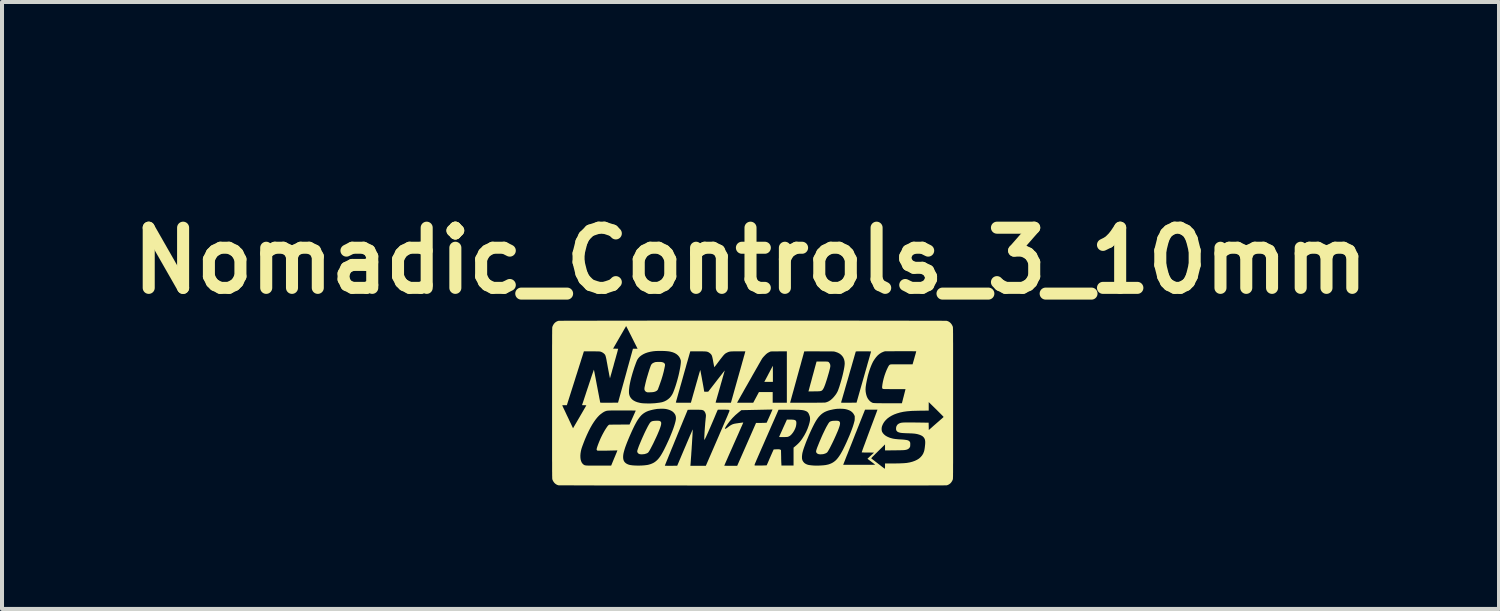
<source format=kicad_pcb>
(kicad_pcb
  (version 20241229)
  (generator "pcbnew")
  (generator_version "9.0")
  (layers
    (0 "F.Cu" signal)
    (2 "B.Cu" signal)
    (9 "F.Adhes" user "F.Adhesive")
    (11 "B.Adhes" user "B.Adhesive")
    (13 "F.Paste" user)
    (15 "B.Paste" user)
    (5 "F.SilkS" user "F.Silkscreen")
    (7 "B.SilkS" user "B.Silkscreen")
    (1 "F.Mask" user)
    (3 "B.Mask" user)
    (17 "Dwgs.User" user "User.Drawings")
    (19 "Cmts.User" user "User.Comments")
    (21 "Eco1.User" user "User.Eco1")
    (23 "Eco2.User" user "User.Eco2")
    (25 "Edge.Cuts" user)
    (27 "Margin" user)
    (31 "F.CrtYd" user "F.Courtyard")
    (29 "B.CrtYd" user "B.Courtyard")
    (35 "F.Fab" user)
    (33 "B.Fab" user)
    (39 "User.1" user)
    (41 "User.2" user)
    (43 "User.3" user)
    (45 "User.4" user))
  (footprint "Nomadic_Controls_3_10mm"
    (layer "F.Cu")
    (at 15.707 6.997)
    (property "Reference" "Nomadic_Controls_3_10mm" (at -0.05 -3.55 0) (layer "F.SilkS") (effects (font (size 1.5 1.5) (thickness 0.3))))
    (attr board_only exclude_from_pos_files exclude_from_bom)
    (fp_poly (pts (xy 0.506 -0.925) (xy 0.507 -0.914) (xy 0.507 -0.897) (xy 0.507 -0.873) (xy 0.507 -0.844) (xy 0.507 -0.811) (xy 0.508 -0.775) (xy 0.508 -0.736) (xy 0.508 -0.729) (xy 0.508 -0.528) (xy 0.401 -0.528) (xy 0.294 -0.528) (xy 0.314 -0.566) (xy 0.321 -0.578) (xy 0.33 -0.596) (xy 0.343 -0.619) (xy 0.357 -0.647) (xy 0.374 -0.678) (xy 0.391 -0.711) (xy 0.409 -0.746) (xy 0.42 -0.765) (xy 0.437 -0.799) (xy 0.454 -0.83) (xy 0.469 -0.859) (xy 0.482 -0.883) (xy 0.492 -0.903) (xy 0.5 -0.918) (xy 0.505 -0.927) (xy 0.506 -0.929)) (stroke (width 0) (type solid)) (fill yes) (layer "F.SilkS"))
    (fp_poly (pts (xy 0.931 0.412) (xy 0.972 0.412) (xy 1.006 0.414) (xy 1.033 0.417) (xy 1.054 0.423) (xy 1.069 0.431) (xy 1.08 0.441) (xy 1.088 0.455) (xy 1.091 0.472) (xy 1.093 0.493) (xy 1.093 0.499) (xy 1.089 0.545) (xy 1.079 0.593) (xy 1.061 0.641) (xy 1.038 0.688) (xy 1.01 0.733) (xy 0.977 0.775) (xy 0.962 0.79) (xy 0.936 0.814) (xy 0.909 0.83) (xy 0.88 0.841) (xy 0.873 0.843) (xy 0.863 0.844) (xy 0.848 0.845) (xy 0.828 0.846) (xy 0.805 0.847) (xy 0.78 0.847) (xy 0.754 0.847) (xy 0.73 0.847) (xy 0.707 0.847) (xy 0.688 0.847) (xy 0.673 0.846) (xy 0.665 0.845) (xy 0.663 0.844) (xy 0.665 0.84) (xy 0.67 0.829) (xy 0.677 0.812) (xy 0.687 0.789) (xy 0.699 0.762) (xy 0.713 0.731) (xy 0.729 0.696) (xy 0.746 0.658) (xy 0.76 0.626) (xy 0.858 0.411)) (stroke (width 0) (type solid)) (fill yes) (layer "F.SilkS"))
    (fp_poly (pts (xy 1.775 -1.036) (xy 1.807 -1.035) (xy 1.832 -1.035) (xy 1.852 -1.034) (xy 1.867 -1.033) (xy 1.879 -1.031) (xy 1.887 -1.029) (xy 1.894 -1.025) (xy 1.9 -1.021) (xy 1.905 -1.016) (xy 1.908 -1.012) (xy 1.925 -0.988) (xy 1.936 -0.96) (xy 1.939 -0.937) (xy 1.94 -0.925) (xy 1.939 -0.913) (xy 1.937 -0.898) (xy 1.933 -0.879) (xy 1.928 -0.855) (xy 1.924 -0.841) (xy 1.912 -0.793) (xy 1.898 -0.742) (xy 1.882 -0.688) (xy 1.866 -0.633) (xy 1.849 -0.578) (xy 1.832 -0.526) (xy 1.816 -0.478) (xy 1.8 -0.435) (xy 1.792 -0.415) (xy 1.779 -0.383) (xy 1.764 -0.356) (xy 1.75 -0.334) (xy 1.736 -0.318) (xy 1.732 -0.315) (xy 1.724 -0.31) (xy 1.715 -0.305) (xy 1.706 -0.302) (xy 1.696 -0.299) (xy 1.682 -0.297) (xy 1.665 -0.295) (xy 1.644 -0.294) (xy 1.617 -0.293) (xy 1.583 -0.292) (xy 1.543 -0.292) (xy 1.538 -0.292) (xy 1.395 -0.29) (xy 1.398 -0.302) (xy 1.4 -0.309) (xy 1.403 -0.323) (xy 1.409 -0.343) (xy 1.416 -0.369) (xy 1.424 -0.4) (xy 1.434 -0.436) (xy 1.444 -0.475) (xy 1.456 -0.517) (xy 1.468 -0.561) (xy 1.48 -0.607) (xy 1.492 -0.653) (xy 1.505 -0.7) (xy 1.518 -0.746) (xy 1.53 -0.791) (xy 1.541 -0.833) (xy 1.552 -0.874) (xy 1.562 -0.91) (xy 1.571 -0.943) (xy 1.579 -0.971) (xy 1.585 -0.994) (xy 1.59 -1.01) (xy 1.592 -1.02) (xy 1.593 -1.022) (xy 1.597 -1.036) (xy 1.736 -1.036)) (stroke (width 0) (type solid)) (fill yes) (layer "F.SilkS"))
    (fp_poly (pts (xy -2.366 0.44) (xy -2.347 0.441) (xy -2.334 0.442) (xy -2.324 0.443) (xy -2.316 0.446) (xy -2.308 0.449) (xy -2.294 0.458) (xy -2.283 0.47) (xy -2.277 0.485) (xy -2.276 0.504) (xy -2.278 0.529) (xy -2.284 0.558) (xy -2.295 0.594) (xy -2.307 0.629) (xy -2.325 0.677) (xy -2.348 0.732) (xy -2.373 0.791) (xy -2.402 0.855) (xy -2.434 0.922) (xy -2.467 0.992) (xy -2.493 1.044) (xy -2.517 1.09) (xy -2.537 1.129) (xy -2.555 1.162) (xy -2.57 1.188) (xy -2.583 1.208) (xy -2.593 1.223) (xy -2.599 1.23) (xy -2.612 1.241) (xy -2.632 1.252) (xy -2.657 1.261) (xy -2.683 1.269) (xy -2.688 1.271) (xy -2.705 1.273) (xy -2.727 1.275) (xy -2.75 1.277) (xy -2.772 1.277) (xy -2.793 1.276) (xy -2.808 1.274) (xy -2.812 1.273) (xy -2.836 1.263) (xy -2.854 1.249) (xy -2.867 1.231) (xy -2.873 1.211) (xy -2.874 1.205) (xy -2.872 1.191) (xy -2.867 1.17) (xy -2.858 1.144) (xy -2.847 1.112) (xy -2.834 1.076) (xy -2.818 1.036) (xy -2.8 0.993) (xy -2.781 0.948) (xy -2.761 0.901) (xy -2.74 0.853) (xy -2.718 0.805) (xy -2.697 0.758) (xy -2.675 0.712) (xy -2.653 0.667) (xy -2.632 0.626) (xy -2.613 0.588) (xy -2.594 0.554) (xy -2.577 0.525) (xy -2.562 0.501) (xy -2.562 0.5) (xy -2.548 0.483) (xy -2.533 0.469) (xy -2.515 0.458) (xy -2.494 0.45) (xy -2.468 0.445) (xy -2.437 0.442) (xy -2.399 0.44) (xy -2.391 0.44)) (stroke (width 0) (type solid)) (fill yes) (layer "F.SilkS"))
    (fp_poly (pts (xy 2.092 0.44) (xy 2.11 0.441) (xy 2.124 0.442) (xy 2.134 0.443) (xy 2.142 0.446) (xy 2.15 0.449) (xy 2.165 0.458) (xy 2.175 0.471) (xy 2.181 0.488) (xy 2.182 0.51) (xy 2.179 0.536) (xy 2.171 0.569) (xy 2.16 0.602) (xy 2.149 0.634) (xy 2.135 0.671) (xy 2.119 0.711) (xy 2.1 0.754) (xy 2.081 0.799) (xy 2.06 0.845) (xy 2.039 0.892) (xy 2.017 0.939) (xy 1.995 0.985) (xy 1.973 1.029) (xy 1.952 1.071) (xy 1.933 1.109) (xy 1.914 1.144) (xy 1.897 1.174) (xy 1.882 1.199) (xy 1.87 1.217) (xy 1.861 1.229) (xy 1.845 1.241) (xy 1.823 1.253) (xy 1.796 1.263) (xy 1.77 1.271) (xy 1.751 1.274) (xy 1.728 1.276) (xy 1.704 1.277) (xy 1.68 1.277) (xy 1.66 1.275) (xy 1.648 1.273) (xy 1.622 1.263) (xy 1.602 1.247) (xy 1.596 1.24) (xy 1.591 1.231) (xy 1.587 1.223) (xy 1.585 1.213) (xy 1.585 1.202) (xy 1.587 1.188) (xy 1.591 1.171) (xy 1.598 1.15) (xy 1.607 1.123) (xy 1.619 1.091) (xy 1.635 1.053) (xy 1.638 1.044) (xy 1.667 0.972) (xy 1.697 0.902) (xy 1.726 0.834) (xy 1.755 0.77) (xy 1.784 0.71) (xy 1.811 0.654) (xy 1.836 0.604) (xy 1.861 0.56) (xy 1.883 0.522) (xy 1.894 0.504) (xy 1.908 0.485) (xy 1.92 0.471) (xy 1.934 0.462) (xy 1.952 0.454) (xy 1.975 0.448) (xy 1.976 0.447) (xy 1.994 0.444) (xy 2.016 0.442) (xy 2.044 0.441) (xy 2.067 0.44)) (stroke (width 0) (type solid)) (fill yes) (layer "F.SilkS"))
    (fp_poly (pts (xy -2.313 -1.025) (xy -2.292 -1.025) (xy -2.276 -1.024) (xy -2.264 -1.022) (xy -2.252 -1.02) (xy -2.241 -1.016) (xy -2.222 -1.01) (xy -2.209 -1.002) (xy -2.198 -0.992) (xy -2.197 -0.991) (xy -2.189 -0.982) (xy -2.184 -0.973) (xy -2.182 -0.963) (xy -2.181 -0.95) (xy -2.182 -0.934) (xy -2.186 -0.912) (xy -2.192 -0.884) (xy -2.193 -0.878) (xy -2.214 -0.783) (xy -2.24 -0.685) (xy -2.271 -0.584) (xy -2.308 -0.478) (xy -2.331 -0.413) (xy -2.339 -0.393) (xy -2.346 -0.373) (xy -2.352 -0.357) (xy -2.356 -0.346) (xy -2.356 -0.345) (xy -2.367 -0.326) (xy -2.386 -0.308) (xy -2.411 -0.293) (xy -2.441 -0.282) (xy -2.463 -0.276) (xy -2.477 -0.274) (xy -2.497 -0.272) (xy -2.519 -0.27) (xy -2.544 -0.269) (xy -2.568 -0.268) (xy -2.59 -0.268) (xy -2.609 -0.268) (xy -2.623 -0.269) (xy -2.628 -0.27) (xy -2.655 -0.282) (xy -2.675 -0.299) (xy -2.688 -0.32) (xy -2.693 -0.336) (xy -2.694 -0.346) (xy -2.694 -0.359) (xy -2.693 -0.376) (xy -2.69 -0.397) (xy -2.684 -0.423) (xy -2.677 -0.456) (xy -2.668 -0.494) (xy -2.662 -0.52) (xy -2.654 -0.552) (xy -2.645 -0.587) (xy -2.634 -0.626) (xy -2.622 -0.667) (xy -2.609 -0.709) (xy -2.597 -0.751) (xy -2.584 -0.791) (xy -2.572 -0.83) (xy -2.56 -0.865) (xy -2.549 -0.896) (xy -2.54 -0.922) (xy -2.532 -0.941) (xy -2.53 -0.947) (xy -2.514 -0.971) (xy -2.492 -0.991) (xy -2.462 -1.007) (xy -2.433 -1.018) (xy -2.422 -1.021) (xy -2.409 -1.023) (xy -2.394 -1.024) (xy -2.373 -1.025) (xy -2.347 -1.025) (xy -2.339 -1.025)) (stroke (width 0) (type solid)) (fill yes) (layer "F.SilkS"))
    (fp_poly (pts (xy 0.192 -2.055) (xy 0.364 -2.055) (xy 0.536 -2.055) (xy 0.708 -2.055) (xy 0.878 -2.055) (xy 1.048 -2.055) (xy 1.216 -2.055) (xy 1.383 -2.055) (xy 1.549 -2.055) (xy 1.712 -2.055) (xy 1.874 -2.055) (xy 2.033 -2.055) (xy 2.19 -2.055) (xy 2.345 -2.055) (xy 2.497 -2.055) (xy 2.646 -2.055) (xy 2.791 -2.054) (xy 2.934 -2.054) (xy 3.072 -2.054) (xy 3.207 -2.054) (xy 3.339 -2.054) (xy 3.466 -2.054) (xy 3.588 -2.054) (xy 3.707 -2.054) (xy 3.82 -2.054) (xy 3.929 -2.053) (xy 4.032 -2.053) (xy 4.13 -2.053) (xy 4.223 -2.053) (xy 4.31 -2.053) (xy 4.391 -2.053) (xy 4.466 -2.052) (xy 4.535 -2.052) (xy 4.597 -2.052) (xy 4.653 -2.052) (xy 4.702 -2.052) (xy 4.743 -2.051) (xy 4.778 -2.051) (xy 4.805 -2.051) (xy 4.824 -2.051) (xy 4.836 -2.051) (xy 4.839 -2.05) (xy 4.875 -2.039) (xy 4.908 -2.02) (xy 4.938 -1.994) (xy 4.963 -1.963) (xy 4.983 -1.927) (xy 4.993 -1.903) (xy 4.993 -1.902) (xy 4.994 -1.899) (xy 4.994 -1.896) (xy 4.995 -1.893) (xy 4.995 -1.888) (xy 4.996 -1.882) (xy 4.996 -1.874) (xy 4.996 -1.865) (xy 4.997 -1.854) (xy 4.997 -1.841) (xy 4.998 -1.825) (xy 4.998 -1.807) (xy 4.998 -1.786) (xy 4.998 -1.761) (xy 4.999 -1.734) (xy 4.999 -1.703) (xy 4.999 -1.668) (xy 4.999 -1.63) (xy 4.999 -1.587) (xy 4.999 -1.54) (xy 5 -1.488) (xy 5 -1.432) (xy 5 -1.37) (xy 5 -1.303) (xy 5 -1.231) (xy 5 -1.153) (xy 5 -1.069) (xy 5 -0.978) (xy 5 -0.882) (xy 5 -0.778) (xy 5 -0.668) (xy 5 -0.551) (xy 5 -0.427) (xy 5 -0.295) (xy 5 -0.155) (xy 5 -0.008) (xy 5 0) (xy 5 0.148) (xy 5 0.288) (xy 5 0.42) (xy 5 0.545) (xy 5 0.663) (xy 5 0.773) (xy 5 0.877) (xy 5 0.974) (xy 5 1.064) (xy 5 1.149) (xy 5 1.227) (xy 5 1.3) (xy 5 1.367) (xy 5 1.429) (xy 5 1.486) (xy 4.999 1.537) (xy 4.999 1.585) (xy 4.999 1.628) (xy 4.999 1.667) (xy 4.999 1.701) (xy 4.999 1.733) (xy 4.998 1.76) (xy 4.998 1.784) (xy 4.998 1.806) (xy 4.998 1.824) (xy 4.997 1.84) (xy 4.997 1.853) (xy 4.996 1.865) (xy 4.996 1.874) (xy 4.996 1.881) (xy 4.995 1.888) (xy 4.995 1.892) (xy 4.994 1.896) (xy 4.994 1.899) (xy 4.993 1.901) (xy 4.993 1.903) (xy 4.993 1.903) (xy 4.976 1.942) (xy 4.953 1.977) (xy 4.926 2.006) (xy 4.895 2.028) (xy 4.861 2.044) (xy 4.839 2.05) (xy 4.834 2.051) (xy 4.821 2.051) (xy 4.8 2.051) (xy 4.771 2.051) (xy 4.735 2.052) (xy 4.692 2.052) (xy 4.642 2.052) (xy 4.585 2.052) (xy 4.521 2.052) (xy 4.451 2.052) (xy 4.375 2.053) (xy 4.292 2.053) (xy 4.204 2.053) (xy 4.11 2.053) (xy 4.011 2.053) (xy 3.906 2.053) (xy 3.797 2.054) (xy 3.682 2.054) (xy 3.563 2.054) (xy 3.44 2.054) (xy 3.312 2.054) (xy 3.18 2.054) (xy 3.044 2.054) (xy 2.904 2.054) (xy 2.761 2.054) (xy 2.615 2.055) (xy 2.465 2.055) (xy 2.313 2.055) (xy 2.158 2.055) (xy 2 2.055) (xy 1.84 2.055) (xy 1.678 2.055) (xy 1.514 2.055) (xy 1.349 2.055) (xy 1.181 2.055) (xy 1.013 2.055) (xy 0.843 2.055) (xy 0.672 2.055) (xy 0.501 2.055) (xy 0.329 2.055) (xy 0.156 2.055) (xy -0.016 2.055) (xy -0.189 2.055) (xy -0.361 2.055) (xy -0.533 2.055) (xy -0.705 2.055) (xy -0.875 2.055) (xy -1.045 2.055) (xy -1.213 2.055) (xy -1.38 2.055) (xy -1.546 2.055) (xy -1.709 2.054) (xy -1.871 2.054) (xy -2.031 2.054) (xy -2.188 2.054) (xy -2.342 2.054) (xy -2.494 2.054) (xy -2.643 2.054) (xy -2.789 2.054) (xy -2.931 2.054) (xy -3.07 2.054) (xy -3.205 2.053) (xy -3.337 2.053) (xy -3.464 2.053) (xy -3.587 2.053) (xy -3.705 2.053) (xy -3.818 2.053) (xy -3.927 2.053) (xy -4.031 2.052) (xy -4.129 2.052) (xy -4.222 2.052) (xy -4.309 2.052) (xy -4.39 2.052) (xy -4.465 2.051) (xy -4.534 2.051) (xy -4.597 2.051) (xy -4.653 2.051) (xy -4.702 2.051) (xy -4.744 2.05) (xy -4.778 2.05) (xy -4.805 2.05) (xy -4.825 2.05) (xy -4.837 2.049) (xy -4.841 2.049) (xy -4.876 2.036) (xy -4.909 2.016) (xy -4.938 1.99) (xy -4.962 1.958) (xy -4.982 1.921) (xy -4.988 1.903) (xy -4.989 1.902) (xy -4.99 1.899) (xy -4.99 1.896) (xy -4.991 1.893) (xy -4.991 1.888) (xy -4.992 1.882) (xy -4.992 1.874) (xy -4.992 1.865) (xy -4.993 1.854) (xy -4.993 1.841) (xy -4.993 1.825) (xy -4.994 1.807) (xy -4.994 1.786) (xy -4.994 1.761) (xy -4.994 1.734) (xy -4.995 1.703) (xy -4.995 1.668) (xy -4.995 1.63) (xy -4.995 1.587) (xy -4.995 1.56) (xy -2.186 1.56) (xy -2.182 1.561) (xy -2.171 1.562) (xy -2.153 1.562) (xy -2.129 1.563) (xy -2.101 1.563) (xy -2.068 1.563) (xy -2.032 1.563) (xy -2.031 1.563) (xy -1.877 1.562) (xy -1.685 1.108) (xy -1.66 1.051) (xy -1.637 0.995) (xy -1.614 0.942) (xy -1.593 0.892) (xy -1.573 0.846) (xy -1.555 0.803) (xy -1.538 0.766) (xy -1.524 0.733) (xy -1.512 0.705) (xy -1.503 0.683) (xy -1.496 0.667) (xy -1.492 0.659) (xy -1.491 0.657) (xy -1.491 0.661) (xy -1.491 0.674) (xy -1.491 0.693) (xy -1.493 0.718) (xy -1.494 0.749) (xy -1.496 0.786) (xy -1.498 0.826) (xy -1.501 0.871) (xy -1.504 0.919) (xy -1.507 0.969) (xy -1.51 1.022) (xy -1.514 1.076) (xy -1.517 1.131) (xy -1.521 1.186) (xy -1.525 1.241) (xy -1.528 1.294) (xy -1.532 1.346) (xy -1.536 1.396) (xy -1.539 1.443) (xy -1.542 1.486) (xy -1.545 1.525) (xy -1.546 1.532) (xy -1.549 1.564) (xy -1.356 1.564) (xy -1.164 1.564) (xy -1.162 1.56) (xy -0.704 1.56) (xy -0.7 1.561) (xy -0.688 1.562) (xy -0.669 1.562) (xy -0.642 1.563) (xy -0.608 1.563) (xy -0.568 1.564) (xy -0.543 1.564) (xy -0.382 1.564) (xy -0.375 1.548) (xy 0.049 1.548) (xy 0.049 1.549) (xy 0.05 1.55) (xy 0.056 1.554) (xy 0.067 1.556) (xy 0.069 1.557) (xy 0.078 1.557) (xy 0.093 1.557) (xy 0.113 1.557) (xy 0.138 1.557) (xy 0.165 1.557) (xy 0.194 1.557) (xy 0.224 1.556) (xy 0.253 1.556) (xy 0.28 1.555) (xy 0.305 1.554) (xy 0.326 1.554) (xy 0.341 1.553) (xy 0.351 1.552) (xy 0.353 1.552) (xy 0.355 1.548) (xy 0.36 1.537) (xy 0.367 1.52) (xy 0.377 1.499) (xy 0.388 1.473) (xy 0.4 1.445) (xy 0.409 1.425) (xy 0.423 1.39) (xy 0.439 1.355) (xy 0.454 1.32) (xy 0.469 1.286) (xy 0.482 1.257) (xy 0.492 1.233) (xy 0.495 1.228) (xy 0.527 1.156) (xy 0.582 1.153) (xy 0.618 1.151) (xy 0.647 1.151) (xy 0.669 1.153) (xy 0.686 1.157) (xy 0.697 1.163) (xy 0.699 1.164) (xy 0.71 1.174) (xy 0.713 1.31) (xy 0.714 1.346) (xy 0.714 1.382) (xy 0.715 1.416) (xy 0.716 1.447) (xy 0.717 1.474) (xy 0.718 1.495) (xy 0.719 1.501) (xy 0.721 1.556) (xy 0.872 1.556) (xy 1.023 1.556) (xy 1.023 1.357) (xy 1.233 1.357) (xy 1.234 1.382) (xy 1.236 1.396) (xy 1.247 1.432) (xy 1.266 1.463) (xy 1.29 1.491) (xy 1.321 1.513) (xy 1.358 1.531) (xy 1.4 1.543) (xy 1.414 1.545) (xy 1.467 1.552) (xy 1.525 1.557) (xy 1.588 1.559) (xy 1.654 1.558) (xy 1.713 1.555) (xy 1.767 1.551) (xy 1.814 1.546) (xy 1.851 1.539) (xy 2.26 1.539) (xy 2.662 1.539) (xy 2.729 1.539) (xy 2.788 1.539) (xy 2.839 1.539) (xy 2.884 1.539) (xy 2.922 1.539) (xy 2.955 1.538) (xy 2.982 1.538) (xy 3.004 1.538) (xy 3.022 1.537) (xy 3.035 1.537) (xy 3.045 1.536) (xy 3.051 1.536) (xy 3.055 1.535) (xy 3.056 1.534) (xy 3.056 1.533) (xy 3.056 1.533) (xy 3.051 1.529) (xy 3.04 1.521) (xy 3.024 1.509) (xy 3.005 1.494) (xy 2.982 1.478) (xy 2.958 1.459) (xy 2.957 1.458) (xy 2.933 1.44) (xy 2.912 1.424) (xy 2.893 1.41) (xy 2.879 1.399) (xy 2.87 1.391) (xy 2.866 1.388) (xy 2.866 1.388) (xy 2.869 1.384) (xy 2.876 1.377) (xy 2.96 1.377) (xy 2.961 1.378) (xy 2.965 1.382) (xy 2.975 1.39) (xy 2.99 1.402) (xy 3.009 1.417) (xy 3.032 1.434) (xy 3.057 1.454) (xy 3.084 1.475) (xy 3.112 1.496) (xy 3.141 1.519) (xy 3.169 1.54) (xy 3.196 1.561) (xy 3.221 1.581) (xy 3.244 1.598) (xy 3.264 1.613) (xy 3.279 1.625) (xy 3.29 1.633) (xy 3.295 1.637) (xy 3.296 1.637) (xy 3.298 1.634) (xy 3.3 1.624) (xy 3.301 1.618) (xy 3.302 1.606) (xy 3.303 1.589) (xy 3.303 1.568) (xy 3.303 1.553) (xy 3.303 1.506) (xy 3.44 1.506) (xy 3.499 1.506) (xy 3.557 1.505) (xy 3.612 1.504) (xy 3.664 1.503) (xy 3.712 1.501) (xy 3.755 1.499) (xy 3.792 1.497) (xy 3.822 1.494) (xy 3.844 1.492) (xy 3.919 1.479) (xy 3.987 1.461) (xy 4.048 1.439) (xy 4.102 1.413) (xy 4.15 1.383) (xy 4.19 1.347) (xy 4.224 1.308) (xy 4.252 1.264) (xy 4.272 1.215) (xy 4.28 1.19) (xy 4.285 1.166) (xy 4.29 1.136) (xy 4.295 1.101) (xy 4.299 1.064) (xy 4.303 1.025) (xy 4.305 0.991) (xy 4.304 0.949) (xy 4.298 0.913) (xy 4.285 0.881) (xy 4.266 0.853) (xy 4.24 0.828) (xy 4.207 0.808) (xy 4.167 0.791) (xy 4.119 0.776) (xy 4.1 0.772) (xy 4.081 0.768) (xy 4.062 0.765) (xy 4.042 0.762) (xy 4.02 0.76) (xy 3.995 0.758) (xy 3.966 0.756) (xy 3.93 0.755) (xy 3.888 0.753) (xy 3.885 0.753) (xy 3.851 0.752) (xy 3.818 0.751) (xy 3.787 0.749) (xy 3.76 0.748) (xy 3.738 0.746) (xy 3.722 0.745) (xy 3.719 0.745) (xy 3.68 0.739) (xy 3.647 0.73) (xy 3.621 0.719) (xy 3.602 0.704) (xy 3.588 0.686) (xy 3.586 0.682) (xy 3.581 0.671) (xy 3.579 0.66) (xy 3.578 0.647) (xy 3.578 0.629) (xy 3.578 0.628) (xy 3.58 0.608) (xy 3.583 0.592) (xy 3.589 0.577) (xy 3.593 0.568) (xy 3.606 0.547) (xy 3.62 0.531) (xy 3.638 0.518) (xy 3.658 0.507) (xy 3.668 0.503) (xy 3.678 0.499) (xy 3.689 0.495) (xy 3.7 0.492) (xy 3.713 0.49) (xy 3.728 0.488) (xy 3.746 0.486) (xy 3.767 0.485) (xy 3.791 0.484) (xy 3.82 0.483) (xy 3.853 0.483) (xy 3.892 0.483) (xy 3.937 0.483) (xy 3.988 0.484) (xy 4.045 0.484) (xy 4.111 0.485) (xy 4.128 0.485) (xy 4.39 0.489) (xy 4.392 0.581) (xy 4.394 0.672) (xy 4.468 0.607) (xy 4.49 0.587) (xy 4.516 0.564) (xy 4.546 0.538) (xy 4.578 0.51) (xy 4.61 0.482) (xy 4.64 0.456) (xy 4.652 0.446) (xy 4.677 0.423) (xy 4.701 0.403) (xy 4.722 0.384) (xy 4.739 0.369) (xy 4.752 0.357) (xy 4.761 0.349) (xy 4.763 0.346) (xy 4.761 0.342) (xy 4.753 0.334) (xy 4.74 0.32) (xy 4.723 0.302) (xy 4.702 0.281) (xy 4.677 0.256) (xy 4.65 0.229) (xy 4.62 0.199) (xy 4.588 0.167) (xy 4.579 0.158) (xy 4.392 -0.025) (xy 4.392 0.081) (xy 4.392 0.187) (xy 4.205 0.19) (xy 4.163 0.19) (xy 4.121 0.191) (xy 4.08 0.192) (xy 4.042 0.193) (xy 4.007 0.194) (xy 3.977 0.195) (xy 3.953 0.196) (xy 3.944 0.197) (xy 3.85 0.205) (xy 3.762 0.217) (xy 3.679 0.235) (xy 3.603 0.257) (xy 3.532 0.283) (xy 3.468 0.314) (xy 3.41 0.349) (xy 3.358 0.388) (xy 3.314 0.432) (xy 3.285 0.467) (xy 3.263 0.501) (xy 3.244 0.538) (xy 3.229 0.575) (xy 3.225 0.588) (xy 3.219 0.62) (xy 3.218 0.653) (xy 3.221 0.684) (xy 3.228 0.712) (xy 3.23 0.716) (xy 3.251 0.751) (xy 3.279 0.782) (xy 3.314 0.811) (xy 3.356 0.836) (xy 3.406 0.858) (xy 3.434 0.868) (xy 3.462 0.876) (xy 3.492 0.884) (xy 3.523 0.89) (xy 3.557 0.895) (xy 3.596 0.899) (xy 3.639 0.903) (xy 3.69 0.906) (xy 3.709 0.907) (xy 3.743 0.909) (xy 3.777 0.912) (xy 3.808 0.916) (xy 3.835 0.92) (xy 3.857 0.924) (xy 3.866 0.927) (xy 3.892 0.938) (xy 3.912 0.954) (xy 3.922 0.968) (xy 3.927 0.976) (xy 3.929 0.985) (xy 3.931 0.995) (xy 3.932 1.01) (xy 3.932 1.031) (xy 3.932 1.032) (xy 3.931 1.054) (xy 3.93 1.07) (xy 3.929 1.082) (xy 3.925 1.092) (xy 3.923 1.097) (xy 3.907 1.121) (xy 3.885 1.141) (xy 3.857 1.156) (xy 3.846 1.159) (xy 3.835 1.163) (xy 3.823 1.165) (xy 3.811 1.168) (xy 3.797 1.17) (xy 3.781 1.172) (xy 3.762 1.173) (xy 3.739 1.174) (xy 3.712 1.175) (xy 3.679 1.176) (xy 3.641 1.176) (xy 3.596 1.177) (xy 3.544 1.178) (xy 3.536 1.178) (xy 3.303 1.18) (xy 3.303 1.105) (xy 3.303 1.031) (xy 3.129 1.202) (xy 3.092 1.239) (xy 3.06 1.27) (xy 3.034 1.297) (xy 3.012 1.319) (xy 2.994 1.336) (xy 2.981 1.351) (xy 2.971 1.361) (xy 2.965 1.369) (xy 2.961 1.374) (xy 2.96 1.377) (xy 2.876 1.377) (xy 2.877 1.376) (xy 2.89 1.364) (xy 2.906 1.349) (xy 2.925 1.331) (xy 2.947 1.311) (xy 2.948 1.31) (xy 3.03 1.234) (xy 2.876 1.233) (xy 2.835 1.233) (xy 2.802 1.232) (xy 2.776 1.232) (xy 2.756 1.231) (xy 2.741 1.231) (xy 2.731 1.23) (xy 2.725 1.229) (xy 2.722 1.227) (xy 2.722 1.227) (xy 2.724 1.221) (xy 2.728 1.209) (xy 2.735 1.189) (xy 2.744 1.163) (xy 2.756 1.13) (xy 2.77 1.091) (xy 2.787 1.046) (xy 2.806 0.996) (xy 2.826 0.94) (xy 2.849 0.879) (xy 2.873 0.813) (xy 2.899 0.743) (xy 2.927 0.668) (xy 2.956 0.59) (xy 2.987 0.508) (xy 3.019 0.423) (xy 3.049 0.342) (xy 3.063 0.306) (xy 3.075 0.273) (xy 3.087 0.242) (xy 3.096 0.216) (xy 3.104 0.194) (xy 3.11 0.178) (xy 3.114 0.168) (xy 3.115 0.165) (xy 3.111 0.165) (xy 3.1 0.165) (xy 3.082 0.164) (xy 3.059 0.164) (xy 3.031 0.164) (xy 3 0.164) (xy 2.965 0.164) (xy 2.96 0.164) (xy 2.805 0.164) (xy 2.69 0.451) (xy 2.678 0.482) (xy 2.664 0.517) (xy 2.648 0.558) (xy 2.63 0.602) (xy 2.611 0.65) (xy 2.591 0.702) (xy 2.569 0.755) (xy 2.547 0.811) (xy 2.525 0.868) (xy 2.502 0.926) (xy 2.479 0.985) (xy 2.456 1.043) (xy 2.433 1.1) (xy 2.411 1.156) (xy 2.389 1.211) (xy 2.369 1.263) (xy 2.349 1.311) (xy 2.331 1.357) (xy 2.315 1.398) (xy 2.301 1.435) (xy 2.288 1.467) (xy 2.278 1.493) (xy 2.27 1.513) (xy 2.265 1.526) (xy 2.263 1.53) (xy 2.26 1.539) (xy 1.851 1.539) (xy 1.856 1.538) (xy 1.894 1.529) (xy 1.929 1.517) (xy 1.962 1.503) (xy 1.979 1.495) (xy 2.012 1.476) (xy 2.043 1.454) (xy 2.073 1.429) (xy 2.102 1.399) (xy 2.131 1.364) (xy 2.16 1.324) (xy 2.19 1.278) (xy 2.22 1.226) (xy 2.252 1.168) (xy 2.284 1.102) (xy 2.301 1.068) (xy 2.343 0.978) (xy 2.381 0.891) (xy 2.417 0.808) (xy 2.449 0.728) (xy 2.477 0.654) (xy 2.502 0.584) (xy 2.522 0.52) (xy 2.536 0.469) (xy 2.542 0.446) (xy 2.546 0.426) (xy 2.547 0.406) (xy 2.548 0.383) (xy 2.548 0.374) (xy 2.548 0.325) (xy 2.531 0.29) (xy 2.509 0.255) (xy 2.481 0.225) (xy 2.447 0.199) (xy 2.406 0.178) (xy 2.358 0.161) (xy 2.307 0.149) (xy 2.282 0.146) (xy 2.252 0.143) (xy 2.218 0.142) (xy 2.182 0.141) (xy 2.146 0.142) (xy 2.112 0.143) (xy 2.083 0.146) (xy 2.075 0.147) (xy 2.043 0.152) (xy 2.008 0.158) (xy 1.972 0.166) (xy 1.938 0.173) (xy 1.908 0.181) (xy 1.884 0.188) (xy 1.838 0.205) (xy 1.795 0.225) (xy 1.755 0.249) (xy 1.718 0.277) (xy 1.683 0.31) (xy 1.649 0.347) (xy 1.616 0.391) (xy 1.583 0.441) (xy 1.55 0.499) (xy 1.519 0.559) (xy 1.49 0.617) (xy 1.461 0.678) (xy 1.433 0.74) (xy 1.405 0.802) (xy 1.379 0.865) (xy 1.353 0.927) (xy 1.329 0.987) (xy 1.308 1.044) (xy 1.288 1.098) (xy 1.271 1.147) (xy 1.258 1.191) (xy 1.248 1.228) (xy 1.246 1.235) (xy 1.24 1.265) (xy 1.236 1.296) (xy 1.233 1.328) (xy 1.233 1.357) (xy 1.023 1.357) (xy 1.023 1.333) (xy 1.023 1.111) (xy 1.084 1.06) (xy 1.126 1.022) (xy 1.163 0.985) (xy 1.197 0.945) (xy 1.23 0.901) (xy 1.244 0.88) (xy 1.293 0.802) (xy 1.335 0.723) (xy 1.371 0.642) (xy 1.402 0.556) (xy 1.423 0.482) (xy 1.431 0.441) (xy 1.435 0.401) (xy 1.433 0.362) (xy 1.427 0.332) (xy 1.418 0.306) (xy 1.408 0.28) (xy 1.397 0.257) (xy 1.385 0.239) (xy 1.38 0.233) (xy 1.364 0.218) (xy 1.341 0.204) (xy 1.314 0.193) (xy 1.288 0.184) (xy 1.274 0.181) (xy 1.258 0.178) (xy 1.242 0.175) (xy 1.224 0.173) (xy 1.204 0.171) (xy 1.18 0.17) (xy 1.153 0.168) (xy 1.121 0.167) (xy 1.084 0.167) (xy 1.042 0.166) (xy 0.993 0.166) (xy 0.936 0.166) (xy 0.905 0.166) (xy 0.649 0.166) (xy 0.618 0.237) (xy 0.613 0.25) (xy 0.604 0.269) (xy 0.593 0.295) (xy 0.579 0.327) (xy 0.562 0.365) (xy 0.544 0.407) (xy 0.523 0.454) (xy 0.501 0.504) (xy 0.477 0.558) (xy 0.452 0.615) (xy 0.426 0.675) (xy 0.399 0.736) (xy 0.372 0.798) (xy 0.36 0.825) (xy 0.322 0.911) (xy 0.288 0.99) (xy 0.256 1.063) (xy 0.227 1.128) (xy 0.201 1.188) (xy 0.178 1.241) (xy 0.157 1.289) (xy 0.138 1.332) (xy 0.122 1.37) (xy 0.107 1.403) (xy 0.095 1.431) (xy 0.085 1.456) (xy 0.076 1.477) (xy 0.068 1.494) (xy 0.062 1.509) (xy 0.058 1.52) (xy 0.054 1.53) (xy 0.052 1.537) (xy 0.05 1.542) (xy 0.049 1.545) (xy 0.049 1.548) (xy -0.375 1.548) (xy -0.147 1.03) (xy 0.088 0.495) (xy 0.178 0.495) (xy 0.208 0.495) (xy 0.238 0.494) (xy 0.266 0.493) (xy 0.29 0.493) (xy 0.308 0.492) (xy 0.311 0.492) (xy 0.353 0.489) (xy 0.426 0.326) (xy 0.441 0.292) (xy 0.456 0.26) (xy 0.468 0.231) (xy 0.479 0.206) (xy 0.488 0.186) (xy 0.494 0.171) (xy 0.497 0.163) (xy 0.498 0.161) (xy 0.494 0.161) (xy 0.482 0.161) (xy 0.463 0.161) (xy 0.438 0.162) (xy 0.407 0.162) (xy 0.371 0.163) (xy 0.33 0.164) (xy 0.285 0.165) (xy 0.237 0.166) (xy 0.186 0.167) (xy 0.147 0.168) (xy 0.093 0.169) (xy 0.041 0.17) (xy -0.009 0.171) (xy -0.055 0.172) (xy -0.099 0.173) (xy -0.137 0.174) (xy -0.171 0.175) (xy -0.199 0.175) (xy -0.22 0.176) (xy -0.235 0.176) (xy -0.24 0.176) (xy -0.277 0.176) (xy -0.348 0.233) (xy -0.427 0.3) (xy -0.5 0.373) (xy -0.567 0.451) (xy -0.592 0.484) (xy -0.616 0.515) (xy -0.637 0.545) (xy -0.655 0.573) (xy -0.67 0.596) (xy -0.68 0.616) (xy -0.686 0.631) (xy -0.688 0.638) (xy -0.685 0.643) (xy -0.677 0.642) (xy -0.663 0.636) (xy -0.644 0.625) (xy -0.621 0.608) (xy -0.599 0.591) (xy -0.562 0.564) (xy -0.527 0.543) (xy -0.492 0.527) (xy -0.455 0.516) (xy -0.454 0.516) (xy -0.443 0.514) (xy -0.426 0.511) (xy -0.405 0.507) (xy -0.381 0.504) (xy -0.355 0.5) (xy -0.328 0.496) (xy -0.303 0.493) (xy -0.279 0.49) (xy -0.259 0.487) (xy -0.243 0.485) (xy -0.233 0.485) (xy -0.23 0.485) (xy -0.232 0.489) (xy -0.236 0.499) (xy -0.244 0.517) (xy -0.254 0.541) (xy -0.267 0.57) (xy -0.283 0.605) (xy -0.3 0.645) (xy -0.32 0.689) (xy -0.341 0.738) (xy -0.364 0.79) (xy -0.389 0.846) (xy -0.415 0.904) (xy -0.442 0.965) (xy -0.467 1.021) (xy -0.494 1.083) (xy -0.521 1.144) (xy -0.547 1.202) (xy -0.572 1.258) (xy -0.595 1.31) (xy -0.616 1.358) (xy -0.635 1.402) (xy -0.653 1.442) (xy -0.668 1.476) (xy -0.681 1.506) (xy -0.691 1.529) (xy -0.698 1.546) (xy -0.703 1.556) (xy -0.704 1.56) (xy -1.162 1.56) (xy -0.87 0.887) (xy -0.839 0.816) (xy -0.81 0.747) (xy -0.781 0.681) (xy -0.753 0.617) (xy -0.727 0.556) (xy -0.702 0.498) (xy -0.679 0.444) (xy -0.658 0.395) (xy -0.638 0.35) (xy -0.621 0.31) (xy -0.607 0.275) (xy -0.595 0.246) (xy -0.585 0.223) (xy -0.579 0.207) (xy -0.575 0.198) (xy -0.574 0.196) (xy -0.574 0.185) (xy -0.577 0.178) (xy -0.584 0.173) (xy -0.587 0.171) (xy -0.592 0.17) (xy -0.599 0.168) (xy -0.609 0.167) (xy -0.622 0.166) (xy -0.64 0.166) (xy -0.664 0.165) (xy -0.694 0.165) (xy -0.729 0.164) (xy -0.767 0.164) (xy -0.797 0.164) (xy -0.821 0.164) (xy -0.839 0.164) (xy -0.851 0.165) (xy -0.86 0.166) (xy -0.865 0.167) (xy -0.866 0.168) (xy -0.869 0.174) (xy -0.874 0.185) (xy -0.882 0.202) (xy -0.891 0.223) (xy -0.901 0.247) (xy -0.907 0.26) (xy -0.946 0.354) (xy -0.983 0.441) (xy -1.017 0.52) (xy -1.048 0.593) (xy -1.077 0.658) (xy -1.102 0.716) (xy -1.125 0.767) (xy -1.145 0.811) (xy -1.161 0.847) (xy -1.175 0.875) (xy -1.186 0.897) (xy -1.194 0.91) (xy -1.199 0.917) (xy -1.2 0.917) (xy -1.202 0.913) (xy -1.202 0.902) (xy -1.202 0.884) (xy -1.202 0.86) (xy -1.201 0.831) (xy -1.199 0.797) (xy -1.197 0.76) (xy -1.195 0.72) (xy -1.192 0.678) (xy -1.189 0.635) (xy -1.186 0.591) (xy -1.182 0.547) (xy -1.179 0.504) (xy -1.175 0.462) (xy -1.171 0.423) (xy -1.168 0.387) (xy -1.164 0.355) (xy -1.163 0.344) (xy -1.161 0.308) (xy -1.166 0.274) (xy -1.178 0.241) (xy -1.182 0.233) (xy -1.196 0.209) (xy -1.212 0.192) (xy -1.231 0.18) (xy -1.254 0.173) (xy -1.259 0.171) (xy -1.27 0.17) (xy -1.283 0.169) (xy -1.301 0.168) (xy -1.324 0.167) (xy -1.353 0.166) (xy -1.389 0.166) (xy -1.431 0.166) (xy -1.45 0.166) (xy -1.485 0.166) (xy -1.519 0.166) (xy -1.548 0.166) (xy -1.574 0.167) (xy -1.594 0.167) (xy -1.608 0.168) (xy -1.614 0.168) (xy -1.615 0.169) (xy -1.617 0.173) (xy -1.622 0.184) (xy -1.629 0.202) (xy -1.639 0.226) (xy -1.651 0.255) (xy -1.666 0.291) (xy -1.682 0.33) (xy -1.701 0.375) (xy -1.721 0.423) (xy -1.742 0.474) (xy -1.764 0.529) (xy -1.788 0.586) (xy -1.812 0.645) (xy -1.837 0.706) (xy -1.863 0.768) (xy -1.888 0.831) (xy -1.914 0.894) (xy -1.94 0.957) (xy -1.965 1.019) (xy -1.99 1.08) (xy -2.015 1.139) (xy -2.038 1.196) (xy -2.06 1.251) (xy -2.082 1.303) (xy -2.101 1.351) (xy -2.119 1.396) (xy -2.136 1.436) (xy -2.15 1.471) (xy -2.162 1.501) (xy -2.172 1.526) (xy -2.18 1.544) (xy -2.184 1.556) (xy -2.186 1.56) (xy -2.186 1.56) (xy -4.995 1.56) (xy -4.995 1.54) (xy -4.995 1.488) (xy -4.996 1.432) (xy -4.996 1.37) (xy -4.996 1.308) (xy -4.291 1.308) (xy -4.29 1.357) (xy -4.285 1.402) (xy -4.274 1.442) (xy -4.26 1.477) (xy -4.24 1.506) (xy -4.217 1.529) (xy -4.212 1.532) (xy -4.205 1.537) (xy -4.198 1.541) (xy -4.192 1.545) (xy -4.185 1.548) (xy -4.176 1.55) (xy -4.166 1.553) (xy -4.154 1.554) (xy -4.138 1.556) (xy -4.12 1.557) (xy -4.097 1.558) (xy -4.069 1.558) (xy -4.036 1.558) (xy -3.998 1.559) (xy -3.953 1.559) (xy -3.901 1.558) (xy -3.841 1.558) (xy -3.834 1.558) (xy -3.523 1.558) (xy -3.445 1.369) (xy -3.441 1.36) (xy -3.225 1.36) (xy -3.222 1.389) (xy -3.216 1.416) (xy -3.207 1.44) (xy -3.202 1.45) (xy -3.184 1.475) (xy -3.159 1.498) (xy -3.129 1.517) (xy -3.094 1.532) (xy -3.056 1.543) (xy -3.044 1.545) (xy -2.994 1.552) (xy -2.938 1.556) (xy -2.878 1.558) (xy -2.815 1.558) (xy -2.753 1.556) (xy -2.745 1.555) (xy -2.696 1.552) (xy -2.655 1.547) (xy -2.618 1.542) (xy -2.586 1.535) (xy -2.556 1.526) (xy -2.551 1.525) (xy -2.512 1.51) (xy -2.476 1.494) (xy -2.442 1.474) (xy -2.411 1.451) (xy -2.381 1.425) (xy -2.351 1.394) (xy -2.322 1.358) (xy -2.293 1.317) (xy -2.264 1.27) (xy -2.233 1.216) (xy -2.201 1.155) (xy -2.187 1.126) (xy -2.152 1.055) (xy -2.119 0.984) (xy -2.087 0.915) (xy -2.057 0.846) (xy -2.03 0.779) (xy -2.004 0.715) (xy -1.981 0.654) (xy -1.961 0.597) (xy -1.944 0.544) (xy -1.93 0.495) (xy -1.919 0.453) (xy -1.912 0.416) (xy -1.909 0.387) (xy -1.91 0.347) (xy -1.918 0.311) (xy -1.933 0.278) (xy -1.956 0.247) (xy -1.969 0.233) (xy -1.999 0.207) (xy -2.036 0.186) (xy -2.079 0.168) (xy -2.128 0.154) (xy -2.151 0.149) (xy -2.177 0.145) (xy -2.21 0.142) (xy -2.247 0.141) (xy -2.286 0.141) (xy -2.326 0.143) (xy -2.364 0.145) (xy -2.4 0.149) (xy -2.409 0.151) (xy -2.451 0.158) (xy -2.493 0.167) (xy -2.534 0.177) (xy -2.572 0.188) (xy -2.604 0.198) (xy -2.613 0.202) (xy -2.648 0.217) (xy -2.681 0.235) (xy -2.712 0.255) (xy -2.742 0.278) (xy -2.771 0.304) (xy -2.799 0.335) (xy -2.826 0.369) (xy -2.854 0.409) (xy -2.882 0.453) (xy -2.91 0.504) (xy -2.94 0.56) (xy -2.971 0.624) (xy -3.004 0.694) (xy -3.027 0.745) (xy -3.064 0.829) (xy -3.097 0.907) (xy -3.126 0.978) (xy -3.151 1.043) (xy -3.173 1.103) (xy -3.19 1.157) (xy -3.204 1.206) (xy -3.215 1.25) (xy -3.222 1.291) (xy -3.225 1.327) (xy -3.225 1.36) (xy -3.441 1.36) (xy -3.429 1.332) (xy -3.415 1.298) (xy -3.402 1.266) (xy -3.39 1.238) (xy -3.381 1.215) (xy -3.374 1.197) (xy -3.369 1.185) (xy -3.367 1.18) (xy -3.367 1.18) (xy -3.371 1.18) (xy -3.382 1.18) (xy -3.4 1.18) (xy -3.424 1.181) (xy -3.451 1.181) (xy -3.483 1.182) (xy -3.517 1.183) (xy -3.523 1.183) (xy -3.563 1.184) (xy -3.605 1.185) (xy -3.647 1.186) (xy -3.687 1.186) (xy -3.724 1.187) (xy -3.755 1.187) (xy -3.772 1.187) (xy -3.803 1.187) (xy -3.826 1.187) (xy -3.843 1.187) (xy -3.855 1.186) (xy -3.863 1.185) (xy -3.868 1.183) (xy -3.872 1.181) (xy -3.875 1.178) (xy -3.875 1.178) (xy -3.882 1.168) (xy -3.886 1.16) (xy -3.886 1.152) (xy -3.883 1.137) (xy -3.878 1.116) (xy -3.87 1.091) (xy -3.86 1.062) (xy -3.848 1.029) (xy -3.835 0.995) (xy -3.821 0.96) (xy -3.806 0.925) (xy -3.797 0.903) (xy -3.78 0.865) (xy -3.761 0.826) (xy -3.741 0.786) (xy -3.72 0.747) (xy -3.699 0.709) (xy -3.678 0.673) (xy -3.657 0.64) (xy -3.638 0.611) (xy -3.621 0.586) (xy -3.605 0.566) (xy -3.593 0.553) (xy -3.587 0.549) (xy -3.572 0.538) (xy -3.318 0.536) (xy -3.065 0.534) (xy -2.988 0.362) (xy -2.972 0.327) (xy -2.958 0.294) (xy -2.944 0.264) (xy -2.933 0.238) (xy -2.923 0.217) (xy -2.916 0.201) (xy -2.912 0.191) (xy -2.911 0.187) (xy -2.915 0.187) (xy -2.926 0.186) (xy -2.945 0.186) (xy -2.97 0.186) (xy -3 0.185) (xy -3.036 0.185) (xy -3.077 0.185) (xy -3.121 0.184) (xy -3.169 0.184) (xy -3.22 0.184) (xy -3.255 0.184) (xy -3.318 0.184) (xy -3.374 0.184) (xy -3.422 0.184) (xy -3.464 0.185) (xy -3.5 0.185) (xy -3.531 0.185) (xy -3.557 0.186) (xy -3.579 0.187) (xy -3.597 0.188) (xy -3.612 0.189) (xy -3.624 0.191) (xy -3.635 0.193) (xy -3.644 0.195) (xy -3.653 0.198) (xy -3.661 0.201) (xy -3.67 0.204) (xy -3.677 0.207) (xy -3.702 0.219) (xy -3.73 0.236) (xy -3.759 0.257) (xy -3.789 0.279) (xy -3.815 0.302) (xy -3.817 0.303) (xy -3.862 0.35) (xy -3.907 0.405) (xy -3.952 0.468) (xy -3.997 0.538) (xy -4.042 0.617) (xy -4.086 0.703) (xy -4.13 0.797) (xy -4.174 0.898) (xy -4.21 0.99) (xy -4.226 1.033) (xy -4.24 1.07) (xy -4.251 1.101) (xy -4.26 1.128) (xy -4.267 1.153) (xy -4.273 1.177) (xy -4.278 1.199) (xy -4.287 1.255) (xy -4.291 1.308) (xy -4.996 1.308) (xy -4.996 1.303) (xy -4.996 1.231) (xy -4.996 1.153) (xy -4.996 1.069) (xy -4.996 0.978) (xy -4.996 0.882) (xy -4.996 0.778) (xy -4.996 0.668) (xy -4.996 0.551) (xy -4.996 0.427) (xy -4.996 0.295) (xy -4.996 0.155) (xy -4.996 0.058) (xy -4.743 0.058) (xy -4.741 0.063) (xy -4.736 0.074) (xy -4.727 0.091) (xy -4.717 0.114) (xy -4.704 0.142) (xy -4.688 0.174) (xy -4.671 0.21) (xy -4.653 0.249) (xy -4.634 0.29) (xy -4.626 0.307) (xy -4.605 0.35) (xy -4.585 0.392) (xy -4.567 0.432) (xy -4.549 0.469) (xy -4.533 0.502) (xy -4.519 0.532) (xy -4.508 0.556) (xy -4.499 0.575) (xy -4.493 0.587) (xy -4.492 0.589) (xy -4.474 0.628) (xy -4.308 0.344) (xy -4.283 0.3) (xy -4.258 0.258) (xy -4.235 0.218) (xy -4.214 0.182) (xy -4.195 0.149) (xy -4.178 0.12) (xy -4.164 0.096) (xy -4.154 0.077) (xy -4.146 0.064) (xy -4.143 0.058) (xy -4.143 0.057) (xy -4.146 0.055) (xy -4.157 0.054) (xy -4.173 0.054) (xy -4.192 0.053) (xy -4.196 0.053) (xy -4.219 0.053) (xy -4.235 0.052) (xy -4.244 0.051) (xy -4.248 0.05) (xy -4.248 0.048) (xy -4.247 0.044) (xy -4.243 0.032) (xy -4.237 0.013) (xy -4.228 -0.012) (xy -4.218 -0.042) (xy -4.206 -0.078) (xy -4.193 -0.119) (xy -4.178 -0.164) (xy -4.162 -0.212) (xy -4.145 -0.265) (xy -4.127 -0.319) (xy -4.108 -0.377) (xy -4.101 -0.396) (xy -4.082 -0.454) (xy -4.064 -0.509) (xy -4.046 -0.562) (xy -4.03 -0.611) (xy -4.015 -0.657) (xy -4.001 -0.698) (xy -3.988 -0.735) (xy -3.977 -0.767) (xy -3.968 -0.792) (xy -3.961 -0.812) (xy -3.957 -0.825) (xy -3.954 -0.831) (xy -3.954 -0.832) (xy -3.953 -0.827) (xy -3.95 -0.816) (xy -3.946 -0.797) (xy -3.941 -0.772) (xy -3.935 -0.741) (xy -3.928 -0.704) (xy -3.92 -0.663) (xy -3.911 -0.617) (xy -3.902 -0.568) (xy -3.892 -0.516) (xy -3.882 -0.461) (xy -3.875 -0.426) (xy -3.864 -0.369) (xy -3.854 -0.315) (xy -3.844 -0.264) (xy -3.835 -0.216) (xy -3.826 -0.171) (xy -3.819 -0.131) (xy -3.812 -0.097) (xy -3.806 -0.067) (xy -3.802 -0.044) (xy -3.799 -0.027) (xy -3.797 -0.017) (xy -3.796 -0.015) (xy -3.795 -0.014) (xy -3.793 -0.012) (xy -3.79 -0.011) (xy -3.784 -0.01) (xy -3.774 -0.01) (xy -3.761 -0.009) (xy -3.744 -0.009) (xy -3.722 -0.009) (xy -3.694 -0.009) (xy -3.66 -0.009) (xy -3.619 -0.009) (xy -3.573 -0.009) (xy -3.352 -0.01) (xy -3.278 -0.278) (xy -3.08 -0.278) (xy -3.078 -0.24) (xy -3.072 -0.209) (xy -3.071 -0.205) (xy -3.063 -0.181) (xy -3.054 -0.161) (xy -3.044 -0.144) (xy -3.031 -0.125) (xy -3.028 -0.121) (xy -3 -0.091) (xy -2.966 -0.065) (xy -2.924 -0.042) (xy -2.876 -0.023) (xy -2.821 -0.009) (xy -2.784 -0.001) (xy -2.754 0.003) (xy -2.717 0.006) (xy -2.675 0.008) (xy -2.63 0.009) (xy -2.583 0.009) (xy -2.535 0.009) (xy -2.489 0.007) (xy -2.444 0.004) (xy -2.438 0.004) (xy -2.409 0.001) (xy -2.377 -0.003) (xy -2.345 -0.007) (xy -2.314 -0.011) (xy -2.304 -0.013) (xy -1.912 -0.013) (xy -1.909 -0.012) (xy -1.902 -0.011) (xy -1.889 -0.01) (xy -1.87 -0.009) (xy -1.845 -0.009) (xy -1.813 -0.008) (xy -1.774 -0.008) (xy -1.727 -0.008) (xy -1.724 -0.008) (xy -1.536 -0.008) (xy -0.385 -0.008) (xy -0.183 -0.008) (xy 0.018 -0.009) (xy 0.089 -0.141) (xy 0.16 -0.274) (xy 0.332 -0.274) (xy 0.503 -0.274) (xy 0.503 -0.141) (xy 0.503 -0.008) (xy 0.68 -0.008) (xy 0.856 -0.008) (xy 0.856 -0.01) (xy 0.937 -0.01) (xy 0.941 -0.009) (xy 0.953 -0.009) (xy 0.971 -0.009) (xy 0.996 -0.008) (xy 1.026 -0.008) (xy 1.061 -0.008) (xy 1.101 -0.008) (xy 1.144 -0.008) (xy 1.19 -0.008) (xy 1.239 -0.008) (xy 1.289 -0.008) (xy 1.341 -0.008) (xy 1.392 -0.008) (xy 1.444 -0.008) (xy 1.495 -0.009) (xy 1.544 -0.009) (xy 1.591 -0.009) (xy 1.635 -0.01) (xy 1.676 -0.01) (xy 1.712 -0.01) (xy 1.744 -0.011) (xy 1.771 -0.011) (xy 1.791 -0.012) (xy 1.805 -0.012) (xy 1.812 -0.013) (xy 1.815 -0.014) (xy 2.208 -0.014) (xy 2.209 -0.012) (xy 2.212 -0.011) (xy 2.218 -0.01) (xy 2.227 -0.01) (xy 2.24 -0.009) (xy 2.257 -0.009) (xy 2.28 -0.009) (xy 2.309 -0.009) (xy 2.344 -0.009) (xy 2.387 -0.009) (xy 2.399 -0.009) (xy 2.593 -0.01) (xy 2.685 -0.336) (xy 2.817 -0.336) (xy 2.821 -0.279) (xy 2.831 -0.224) (xy 2.846 -0.172) (xy 2.864 -0.13) (xy 2.881 -0.102) (xy 2.902 -0.075) (xy 2.925 -0.05) (xy 2.949 -0.03) (xy 2.966 -0.02) (xy 2.974 -0.016) (xy 2.98 -0.012) (xy 2.987 -0.009) (xy 2.994 -0.006) (xy 3.003 -0.004) (xy 3.013 -0.002) (xy 3.025 -0.001) (xy 3.04 0.000447) (xy 3.059 0.001) (xy 3.081 0.002) (xy 3.107 0.003) (xy 3.139 0.003) (xy 3.176 0.003) (xy 3.219 0.004) (xy 3.269 0.004) (xy 3.326 0.004) (xy 3.378 0.004) (xy 3.724 0.004) (xy 3.735 -0.038) (xy 3.738 -0.052) (xy 3.744 -0.073) (xy 3.75 -0.099) (xy 3.758 -0.13) (xy 3.767 -0.162) (xy 3.775 -0.196) (xy 3.78 -0.214) (xy 3.814 -0.348) (xy 3.544 -0.348) (xy 3.482 -0.348) (xy 3.428 -0.348) (xy 3.381 -0.349) (xy 3.341 -0.349) (xy 3.309 -0.35) (xy 3.284 -0.35) (xy 3.267 -0.351) (xy 3.258 -0.352) (xy 3.257 -0.352) (xy 3.244 -0.358) (xy 3.235 -0.366) (xy 3.231 -0.379) (xy 3.231 -0.398) (xy 3.231 -0.408) (xy 3.239 -0.472) (xy 3.252 -0.541) (xy 3.269 -0.612) (xy 3.29 -0.684) (xy 3.315 -0.755) (xy 3.342 -0.823) (xy 3.368 -0.878) (xy 3.381 -0.904) (xy 3.392 -0.923) (xy 3.401 -0.937) (xy 3.41 -0.947) (xy 3.419 -0.954) (xy 3.426 -0.958) (xy 3.43 -0.96) (xy 3.433 -0.961) (xy 3.438 -0.962) (xy 3.445 -0.963) (xy 3.453 -0.964) (xy 3.465 -0.965) (xy 3.48 -0.965) (xy 3.499 -0.965) (xy 3.523 -0.966) (xy 3.552 -0.966) (xy 3.587 -0.966) (xy 3.628 -0.966) (xy 3.677 -0.966) (xy 3.716 -0.966) (xy 3.99 -0.966) (xy 4.036 -1.126) (xy 4.045 -1.16) (xy 4.055 -1.193) (xy 4.063 -1.222) (xy 4.07 -1.247) (xy 4.075 -1.267) (xy 4.079 -1.281) (xy 4.081 -1.289) (xy 4.081 -1.29) (xy 4.078 -1.29) (xy 4.068 -1.291) (xy 4.052 -1.292) (xy 4.028 -1.292) (xy 3.998 -1.292) (xy 3.96 -1.293) (xy 3.915 -1.293) (xy 3.862 -1.293) (xy 3.802 -1.293) (xy 3.733 -1.293) (xy 3.691 -1.293) (xy 3.301 -1.291) (xy 3.261 -1.278) (xy 3.214 -1.257) (xy 3.168 -1.228) (xy 3.124 -1.192) (xy 3.083 -1.147) (xy 3.044 -1.095) (xy 3.007 -1.037) (xy 2.99 -1.003) (xy 2.971 -0.962) (xy 2.952 -0.917) (xy 2.933 -0.867) (xy 2.915 -0.816) (xy 2.899 -0.764) (xy 2.884 -0.714) (xy 2.878 -0.691) (xy 2.869 -0.656) (xy 2.861 -0.618) (xy 2.852 -0.578) (xy 2.844 -0.538) (xy 2.836 -0.498) (xy 2.83 -0.462) (xy 2.825 -0.43) (xy 2.821 -0.403) (xy 2.82 -0.393) (xy 2.817 -0.336) (xy 2.685 -0.336) (xy 2.774 -0.647) (xy 2.794 -0.717) (xy 2.813 -0.785) (xy 2.832 -0.851) (xy 2.85 -0.913) (xy 2.866 -0.972) (xy 2.882 -1.028) (xy 2.897 -1.079) (xy 2.91 -1.125) (xy 2.922 -1.167) (xy 2.932 -1.203) (xy 2.94 -1.233) (xy 2.947 -1.257) (xy 2.952 -1.274) (xy 2.955 -1.284) (xy 2.955 -1.286) (xy 2.951 -1.287) (xy 2.94 -1.288) (xy 2.922 -1.288) (xy 2.899 -1.289) (xy 2.87 -1.289) (xy 2.837 -1.289) (xy 2.801 -1.289) (xy 2.765 -1.289) (xy 2.721 -1.289) (xy 2.684 -1.289) (xy 2.654 -1.289) (xy 2.63 -1.289) (xy 2.611 -1.289) (xy 2.597 -1.288) (xy 2.587 -1.287) (xy 2.58 -1.286) (xy 2.576 -1.285) (xy 2.574 -1.284) (xy 2.573 -1.282) (xy 2.572 -1.278) (xy 2.568 -1.265) (xy 2.563 -1.246) (xy 2.555 -1.221) (xy 2.546 -1.189) (xy 2.535 -1.151) (xy 2.523 -1.108) (xy 2.509 -1.06) (xy 2.494 -1.008) (xy 2.478 -0.951) (xy 2.461 -0.891) (xy 2.442 -0.828) (xy 2.423 -0.762) (xy 2.404 -0.694) (xy 2.391 -0.649) (xy 2.371 -0.579) (xy 2.351 -0.512) (xy 2.332 -0.446) (xy 2.314 -0.384) (xy 2.298 -0.326) (xy 2.282 -0.271) (xy 2.267 -0.22) (xy 2.254 -0.174) (xy 2.242 -0.132) (xy 2.232 -0.097) (xy 2.223 -0.067) (xy 2.216 -0.044) (xy 2.211 -0.027) (xy 2.209 -0.017) (xy 2.208 -0.015) (xy 2.208 -0.014) (xy 1.815 -0.014) (xy 1.856 -0.025) (xy 1.9 -0.045) (xy 1.944 -0.073) (xy 1.986 -0.109) (xy 2.027 -0.152) (xy 2.067 -0.202) (xy 2.084 -0.226) (xy 2.097 -0.247) (xy 2.109 -0.268) (xy 2.121 -0.291) (xy 2.132 -0.316) (xy 2.143 -0.347) (xy 2.156 -0.383) (xy 2.165 -0.409) (xy 2.184 -0.472) (xy 2.203 -0.534) (xy 2.221 -0.597) (xy 2.237 -0.658) (xy 2.252 -0.718) (xy 2.265 -0.775) (xy 2.276 -0.828) (xy 2.285 -0.877) (xy 2.292 -0.921) (xy 2.296 -0.958) (xy 2.298 -0.989) (xy 2.298 -0.991) (xy 2.294 -1.041) (xy 2.283 -1.087) (xy 2.265 -1.13) (xy 2.24 -1.168) (xy 2.209 -1.202) (xy 2.172 -1.231) (xy 2.128 -1.255) (xy 2.079 -1.273) (xy 2.069 -1.276) (xy 2.028 -1.287) (xy 1.659 -1.289) (xy 1.605 -1.289) (xy 1.553 -1.289) (xy 1.504 -1.289) (xy 1.459 -1.289) (xy 1.418 -1.289) (xy 1.381 -1.289) (xy 1.35 -1.289) (xy 1.325 -1.288) (xy 1.306 -1.288) (xy 1.294 -1.288) (xy 1.289 -1.288) (xy 1.289 -1.288) (xy 1.288 -1.284) (xy 1.285 -1.272) (xy 1.28 -1.253) (xy 1.273 -1.228) (xy 1.265 -1.197) (xy 1.254 -1.159) (xy 1.243 -1.117) (xy 1.229 -1.069) (xy 1.215 -1.017) (xy 1.2 -0.96) (xy 1.183 -0.9) (xy 1.165 -0.837) (xy 1.147 -0.771) (xy 1.128 -0.702) (xy 1.113 -0.648) (xy 1.094 -0.578) (xy 1.075 -0.51) (xy 1.057 -0.444) (xy 1.04 -0.382) (xy 1.024 -0.323) (xy 1.008 -0.267) (xy 0.994 -0.216) (xy 0.981 -0.17) (xy 0.97 -0.128) (xy 0.96 -0.092) (xy 0.952 -0.062) (xy 0.945 -0.039) (xy 0.941 -0.022) (xy 0.938 -0.012) (xy 0.937 -0.01) (xy 0.856 -0.01) (xy 0.856 -0.649) (xy 0.856 -1.29) (xy 0.656 -1.289) (xy 0.456 -1.287) (xy 0.431 -1.277) (xy 0.413 -1.268) (xy 0.393 -1.258) (xy 0.382 -1.252) (xy 0.366 -1.241) (xy 0.346 -1.225) (xy 0.324 -1.205) (xy 0.302 -1.182) (xy 0.28 -1.159) (xy 0.26 -1.136) (xy 0.244 -1.115) (xy 0.238 -1.107) (xy 0.234 -1.1) (xy 0.227 -1.087) (xy 0.215 -1.068) (xy 0.201 -1.043) (xy 0.184 -1.013) (xy 0.164 -0.979) (xy 0.142 -0.94) (xy 0.118 -0.897) (xy 0.091 -0.851) (xy 0.064 -0.803) (xy 0.035 -0.752) (xy 0.005 -0.7) (xy -0.025 -0.646) (xy -0.056 -0.591) (xy -0.087 -0.537) (xy -0.118 -0.482) (xy -0.149 -0.428) (xy -0.179 -0.376) (xy -0.208 -0.325) (xy -0.235 -0.276) (xy -0.261 -0.23) (xy -0.286 -0.187) (xy -0.308 -0.147) (xy -0.328 -0.112) (xy -0.345 -0.081) (xy -0.359 -0.056) (xy -0.37 -0.036) (xy -0.378 -0.022) (xy -0.38 -0.017) (xy -0.385 -0.008) (xy -1.536 -0.008) (xy -1.477 -0.218) (xy -1.463 -0.267) (xy -1.447 -0.322) (xy -1.431 -0.38) (xy -1.414 -0.439) (xy -1.398 -0.497) (xy -1.382 -0.552) (xy -1.367 -0.603) (xy -1.361 -0.627) (xy -1.35 -0.666) (xy -1.339 -0.702) (xy -1.33 -0.735) (xy -1.321 -0.764) (xy -1.314 -0.788) (xy -1.308 -0.806) (xy -1.304 -0.818) (xy -1.302 -0.824) (xy -1.301 -0.824) (xy -1.3 -0.819) (xy -1.298 -0.808) (xy -1.295 -0.79) (xy -1.29 -0.766) (xy -1.285 -0.738) (xy -1.279 -0.706) (xy -1.272 -0.67) (xy -1.265 -0.632) (xy -1.258 -0.592) (xy -1.251 -0.552) (xy -1.243 -0.512) (xy -1.236 -0.472) (xy -1.229 -0.435) (xy -1.223 -0.399) (xy -1.217 -0.367) (xy -1.213 -0.34) (xy -1.209 -0.317) (xy -1.206 -0.299) (xy -1.204 -0.289) (xy -1.203 -0.285) (xy -1.2 -0.284) (xy -1.189 -0.283) (xy -1.174 -0.283) (xy -1.155 -0.283) (xy -1.154 -0.283) (xy -1.104 -0.284) (xy -0.903 -0.543) (xy -0.872 -0.584) (xy -0.842 -0.622) (xy -0.813 -0.659) (xy -0.787 -0.692) (xy -0.764 -0.722) (xy -0.743 -0.749) (xy -0.726 -0.771) (xy -0.712 -0.788) (xy -0.702 -0.8) (xy -0.697 -0.807) (xy -0.697 -0.807) (xy -0.693 -0.81) (xy -0.693 -0.807) (xy -0.693 -0.806) (xy -0.695 -0.802) (xy -0.698 -0.79) (xy -0.704 -0.771) (xy -0.711 -0.746) (xy -0.72 -0.715) (xy -0.73 -0.679) (xy -0.742 -0.638) (xy -0.754 -0.594) (xy -0.768 -0.545) (xy -0.783 -0.494) (xy -0.798 -0.441) (xy -0.806 -0.411) (xy -0.822 -0.357) (xy -0.837 -0.304) (xy -0.851 -0.254) (xy -0.865 -0.207) (xy -0.877 -0.164) (xy -0.888 -0.126) (xy -0.897 -0.092) (xy -0.906 -0.064) (xy -0.912 -0.042) (xy -0.916 -0.026) (xy -0.919 -0.017) (xy -0.919 -0.015) (xy -0.92 -0.014) (xy -0.918 -0.012) (xy -0.915 -0.011) (xy -0.909 -0.01) (xy -0.9 -0.01) (xy -0.887 -0.009) (xy -0.869 -0.009) (xy -0.846 -0.008) (xy -0.817 -0.008) (xy -0.781 -0.008) (xy -0.737 -0.008) (xy -0.73 -0.008) (xy -0.538 -0.008) (xy -0.361 -0.638) (xy -0.341 -0.708) (xy -0.322 -0.776) (xy -0.303 -0.842) (xy -0.286 -0.904) (xy -0.269 -0.963) (xy -0.254 -1.019) (xy -0.239 -1.07) (xy -0.226 -1.117) (xy -0.215 -1.159) (xy -0.204 -1.195) (xy -0.196 -1.225) (xy -0.189 -1.249) (xy -0.185 -1.266) (xy -0.182 -1.276) (xy -0.181 -1.279) (xy -0.179 -1.289) (xy -0.356 -1.289) (xy -0.404 -1.289) (xy -0.444 -1.289) (xy -0.478 -1.289) (xy -0.507 -1.288) (xy -0.53 -1.287) (xy -0.55 -1.285) (xy -0.567 -1.283) (xy -0.581 -1.279) (xy -0.594 -1.276) (xy -0.607 -1.271) (xy -0.619 -1.266) (xy -0.625 -1.263) (xy -0.641 -1.255) (xy -0.655 -1.248) (xy -0.669 -1.24) (xy -0.681 -1.231) (xy -0.694 -1.22) (xy -0.707 -1.207) (xy -0.722 -1.191) (xy -0.738 -1.172) (xy -0.757 -1.148) (xy -0.779 -1.12) (xy -0.805 -1.087) (xy -0.834 -1.048) (xy -0.841 -1.039) (xy -0.864 -1.008) (xy -0.885 -0.98) (xy -0.904 -0.955) (xy -0.921 -0.933) (xy -0.935 -0.916) (xy -0.945 -0.903) (xy -0.951 -0.896) (xy -0.953 -0.894) (xy -0.954 -0.899) (xy -0.956 -0.91) (xy -0.96 -0.928) (xy -0.964 -0.95) (xy -0.969 -0.977) (xy -0.975 -1.008) (xy -0.979 -1.028) (xy -0.986 -1.07) (xy -0.993 -1.104) (xy -0.999 -1.132) (xy -1.005 -1.155) (xy -1.01 -1.173) (xy -1.016 -1.188) (xy -1.023 -1.201) (xy -1.03 -1.211) (xy -1.039 -1.222) (xy -1.048 -1.231) (xy -1.063 -1.244) (xy -1.08 -1.256) (xy -1.093 -1.265) (xy -1.103 -1.27) (xy -1.113 -1.275) (xy -1.124 -1.278) (xy -1.135 -1.281) (xy -1.148 -1.284) (xy -1.164 -1.286) (xy -1.183 -1.287) (xy -1.206 -1.288) (xy -1.235 -1.289) (xy -1.269 -1.289) (xy -1.309 -1.289) (xy -1.357 -1.289) (xy -1.36 -1.289) (xy -1.551 -1.289) (xy -1.555 -1.276) (xy -1.557 -1.269) (xy -1.561 -1.255) (xy -1.567 -1.234) (xy -1.575 -1.207) (xy -1.584 -1.174) (xy -1.595 -1.136) (xy -1.607 -1.094) (xy -1.62 -1.047) (xy -1.635 -0.997) (xy -1.65 -0.944) (xy -1.665 -0.888) (xy -1.682 -0.83) (xy -1.699 -0.77) (xy -1.716 -0.71) (xy -1.733 -0.649) (xy -1.75 -0.588) (xy -1.767 -0.527) (xy -1.784 -0.467) (xy -1.801 -0.409) (xy -1.816 -0.353) (xy -1.832 -0.299) (xy -1.846 -0.249) (xy -1.859 -0.202) (xy -1.871 -0.159) (xy -1.882 -0.12) (xy -1.891 -0.087) (xy -1.899 -0.059) (xy -1.905 -0.037) (xy -1.909 -0.022) (xy -1.911 -0.014) (xy -1.912 -0.013) (xy -2.304 -0.013) (xy -2.287 -0.016) (xy -2.265 -0.02) (xy -2.254 -0.022) (xy -2.201 -0.04) (xy -2.15 -0.065) (xy -2.104 -0.096) (xy -2.063 -0.132) (xy -2.028 -0.174) (xy -1.999 -0.219) (xy -1.995 -0.227) (xy -1.979 -0.26) (xy -1.963 -0.3) (xy -1.946 -0.346) (xy -1.928 -0.396) (xy -1.91 -0.45) (xy -1.893 -0.507) (xy -1.876 -0.565) (xy -1.86 -0.624) (xy -1.845 -0.682) (xy -1.832 -0.738) (xy -1.83 -0.747) (xy -1.817 -0.811) (xy -1.806 -0.867) (xy -1.798 -0.916) (xy -1.792 -0.959) (xy -1.788 -0.995) (xy -1.786 -1.025) (xy -1.787 -1.05) (xy -1.789 -1.069) (xy -1.791 -1.074) (xy -1.807 -1.118) (xy -1.831 -1.158) (xy -1.861 -1.192) (xy -1.898 -1.222) (xy -1.941 -1.247) (xy -1.991 -1.267) (xy -2.048 -1.282) (xy -2.063 -1.285) (xy -2.095 -1.29) (xy -2.134 -1.294) (xy -2.177 -1.297) (xy -2.225 -1.299) (xy -2.274 -1.3) (xy -2.324 -1.3) (xy -2.372 -1.299) (xy -2.418 -1.297) (xy -2.46 -1.293) (xy -2.479 -1.291) (xy -2.548 -1.279) (xy -2.612 -1.263) (xy -2.67 -1.243) (xy -2.723 -1.218) (xy -2.77 -1.189) (xy -2.811 -1.157) (xy -2.844 -1.121) (xy -2.871 -1.081) (xy -2.873 -1.077) (xy -2.882 -1.059) (xy -2.892 -1.034) (xy -2.904 -1.004) (xy -2.917 -0.968) (xy -2.931 -0.929) (xy -2.946 -0.888) (xy -2.96 -0.844) (xy -2.974 -0.8) (xy -2.988 -0.756) (xy -3 -0.714) (xy -3.002 -0.707) (xy -3.023 -0.631) (xy -3.041 -0.559) (xy -3.055 -0.492) (xy -3.067 -0.429) (xy -3.074 -0.373) (xy -3.079 -0.322) (xy -3.08 -0.278) (xy -3.278 -0.278) (xy -3.17 -0.667) (xy -3.15 -0.739) (xy -3.131 -0.809) (xy -3.113 -0.876) (xy -3.095 -0.94) (xy -3.078 -1.001) (xy -3.062 -1.059) (xy -3.047 -1.112) (xy -3.034 -1.161) (xy -3.022 -1.204) (xy -3.011 -1.243) (xy -3.002 -1.276) (xy -2.995 -1.302) (xy -2.989 -1.322) (xy -2.986 -1.334) (xy -2.984 -1.34) (xy -2.98 -1.355) (xy -2.923 -1.355) (xy -2.865 -1.355) (xy -3.007 -1.638) (xy -3.029 -1.683) (xy -3.051 -1.725) (xy -3.071 -1.765) (xy -3.089 -1.801) (xy -3.106 -1.834) (xy -3.12 -1.862) (xy -3.132 -1.885) (xy -3.141 -1.902) (xy -3.147 -1.914) (xy -3.15 -1.919) (xy -3.15 -1.919) (xy -3.153 -1.915) (xy -3.159 -1.905) (xy -3.168 -1.888) (xy -3.181 -1.866) (xy -3.197 -1.84) (xy -3.215 -1.808) (xy -3.235 -1.773) (xy -3.257 -1.735) (xy -3.281 -1.694) (xy -3.306 -1.651) (xy -3.314 -1.637) (xy -3.475 -1.357) (xy -3.412 -1.356) (xy -3.39 -1.355) (xy -3.371 -1.355) (xy -3.358 -1.354) (xy -3.35 -1.353) (xy -3.348 -1.353) (xy -3.35 -1.348) (xy -3.353 -1.337) (xy -3.358 -1.319) (xy -3.364 -1.294) (xy -3.372 -1.265) (xy -3.381 -1.232) (xy -3.392 -1.194) (xy -3.403 -1.153) (xy -3.415 -1.11) (xy -3.428 -1.065) (xy -3.441 -1.019) (xy -3.454 -0.972) (xy -3.466 -0.925) (xy -3.479 -0.88) (xy -3.492 -0.836) (xy -3.503 -0.794) (xy -3.514 -0.755) (xy -3.524 -0.72) (xy -3.533 -0.689) (xy -3.54 -0.662) (xy -3.546 -0.642) (xy -3.55 -0.627) (xy -3.552 -0.62) (xy -3.553 -0.619) (xy -3.554 -0.622) (xy -3.556 -0.632) (xy -3.56 -0.65) (xy -3.565 -0.673) (xy -3.571 -0.702) (xy -3.577 -0.736) (xy -3.584 -0.774) (xy -3.592 -0.815) (xy -3.6 -0.86) (xy -3.606 -0.889) (xy -3.616 -0.946) (xy -3.625 -0.995) (xy -3.633 -1.037) (xy -3.639 -1.073) (xy -3.645 -1.103) (xy -3.651 -1.129) (xy -3.656 -1.149) (xy -3.66 -1.166) (xy -3.665 -1.18) (xy -3.669 -1.191) (xy -3.674 -1.201) (xy -3.679 -1.208) (xy -3.684 -1.215) (xy -3.69 -1.222) (xy -3.697 -1.229) (xy -3.699 -1.23) (xy -3.721 -1.249) (xy -3.748 -1.265) (xy -3.776 -1.278) (xy -3.802 -1.285) (xy -3.811 -1.286) (xy -3.828 -1.287) (xy -3.851 -1.288) (xy -3.879 -1.288) (xy -3.913 -1.289) (xy -3.95 -1.289) (xy -3.991 -1.289) (xy -4.014 -1.289) (xy -4.203 -1.289) (xy -4.217 -1.245) (xy -4.22 -1.237) (xy -4.225 -1.22) (xy -4.232 -1.197) (xy -4.241 -1.168) (xy -4.253 -1.132) (xy -4.266 -1.091) (xy -4.28 -1.045) (xy -4.296 -0.994) (xy -4.314 -0.939) (xy -4.332 -0.881) (xy -4.352 -0.819) (xy -4.372 -0.754) (xy -4.394 -0.687) (xy -4.416 -0.617) (xy -4.429 -0.574) (xy -4.628 0.053) (xy -4.686 0.053) (xy -4.71 0.053) (xy -4.727 0.054) (xy -4.737 0.055) (xy -4.742 0.056) (xy -4.743 0.058) (xy -4.996 0.058) (xy -4.996 0.008) (xy -4.996 0) (xy -4.996 -0.148) (xy -4.996 -0.288) (xy -4.996 -0.42) (xy -4.996 -0.545) (xy -4.996 -0.663) (xy -4.996 -0.773) (xy -4.996 -0.877) (xy -4.996 -0.974) (xy -4.996 -1.064) (xy -4.996 -1.149) (xy -4.996 -1.227) (xy -4.996 -1.3) (xy -4.996 -1.367) (xy -4.996 -1.429) (xy -4.995 -1.486) (xy -4.995 -1.537) (xy -4.995 -1.585) (xy -4.995 -1.628) (xy -4.995 -1.667) (xy -4.995 -1.701) (xy -4.994 -1.733) (xy -4.994 -1.76) (xy -4.994 -1.784) (xy -4.994 -1.806) (xy -4.993 -1.824) (xy -4.993 -1.84) (xy -4.993 -1.853) (xy -4.992 -1.865) (xy -4.992 -1.874) (xy -4.992 -1.881) (xy -4.991 -1.888) (xy -4.991 -1.892) (xy -4.99 -1.896) (xy -4.99 -1.899) (xy -4.989 -1.901) (xy -4.988 -1.903) (xy -4.988 -1.903) (xy -4.971 -1.942) (xy -4.949 -1.977) (xy -4.922 -2.006) (xy -4.891 -2.028) (xy -4.857 -2.044) (xy -4.835 -2.05) (xy -4.83 -2.051) (xy -4.817 -2.051) (xy -4.796 -2.051) (xy -4.767 -2.051) (xy -4.731 -2.051) (xy -4.688 -2.052) (xy -4.638 -2.052) (xy -4.581 -2.052) (xy -4.517 -2.052) (xy -4.447 -2.052) (xy -4.371 -2.053) (xy -4.289 -2.053) (xy -4.201 -2.053) (xy -4.107 -2.053) (xy -4.007 -2.053) (xy -3.903 -2.053) (xy -3.793 -2.054) (xy -3.679 -2.054) (xy -3.56 -2.054) (xy -3.436 -2.054) (xy -3.308 -2.054) (xy -3.176 -2.054) (xy -3.04 -2.054) (xy -2.901 -2.054) (xy -2.758 -2.054) (xy -2.612 -2.055) (xy -2.462 -2.055) (xy -2.31 -2.055) (xy -2.155 -2.055) (xy -1.997 -2.055) (xy -1.837 -2.055) (xy -1.675 -2.055) (xy -1.511 -2.055) (xy -1.345 -2.055) (xy -1.178 -2.055) (xy -1.01 -2.055) (xy -0.84 -2.055) (xy -0.669 -2.055) (xy -0.498 -2.055) (xy -0.325 -2.055) (xy -0.153 -2.055) (xy 0.02 -2.055)) (stroke (width 0) (type solid)) (fill yes) (layer "F.SilkS"))
    (dimension (type aligned) (layer "User.1") (pts (xy 20.017 4.944) (xy 19.999 9.049)) (height -6.351) (format (prefix "") (suffix "") (units 3) (units_format 1) (precision 4)) (style (thickness 0.1) (arrow_length 1.27) (text_position_mode 0) (arrow_direction outward) (extension_height 0.586) (extension_offset 0.5) (keep_text_aligned yes)) (gr_text "4.1056 mm" (at 25.209 7.019 89.753) (layer "User.1") (effects (font (size 1 1) (thickness 0.15)))))
    (dimension (type aligned) (layer "User.1") (pts (xy 20.707 5.844) (xy 10.711 5.77)) (height 3.809) (format (prefix "") (suffix "") (units 3) (units_format 1) (precision 4)) (style (thickness 0.1) (arrow_length 1.27) (text_position_mode 0) (arrow_direction outward) (extension_height 0.586) (extension_offset 0.5) (keep_text_aligned yes)) (gr_text "9.9961 mm" (at 15.746 0.848 -0.426) (layer "User.1") (effects (font (size 1 1) (thickness 0.15))))))
  (gr_rect
    (start -3 -3)
    (end 34.314 12.129)
    (stroke (width 0.1) (type default))
    (fill no)
    (layer "Edge.Cuts")))
</source>
